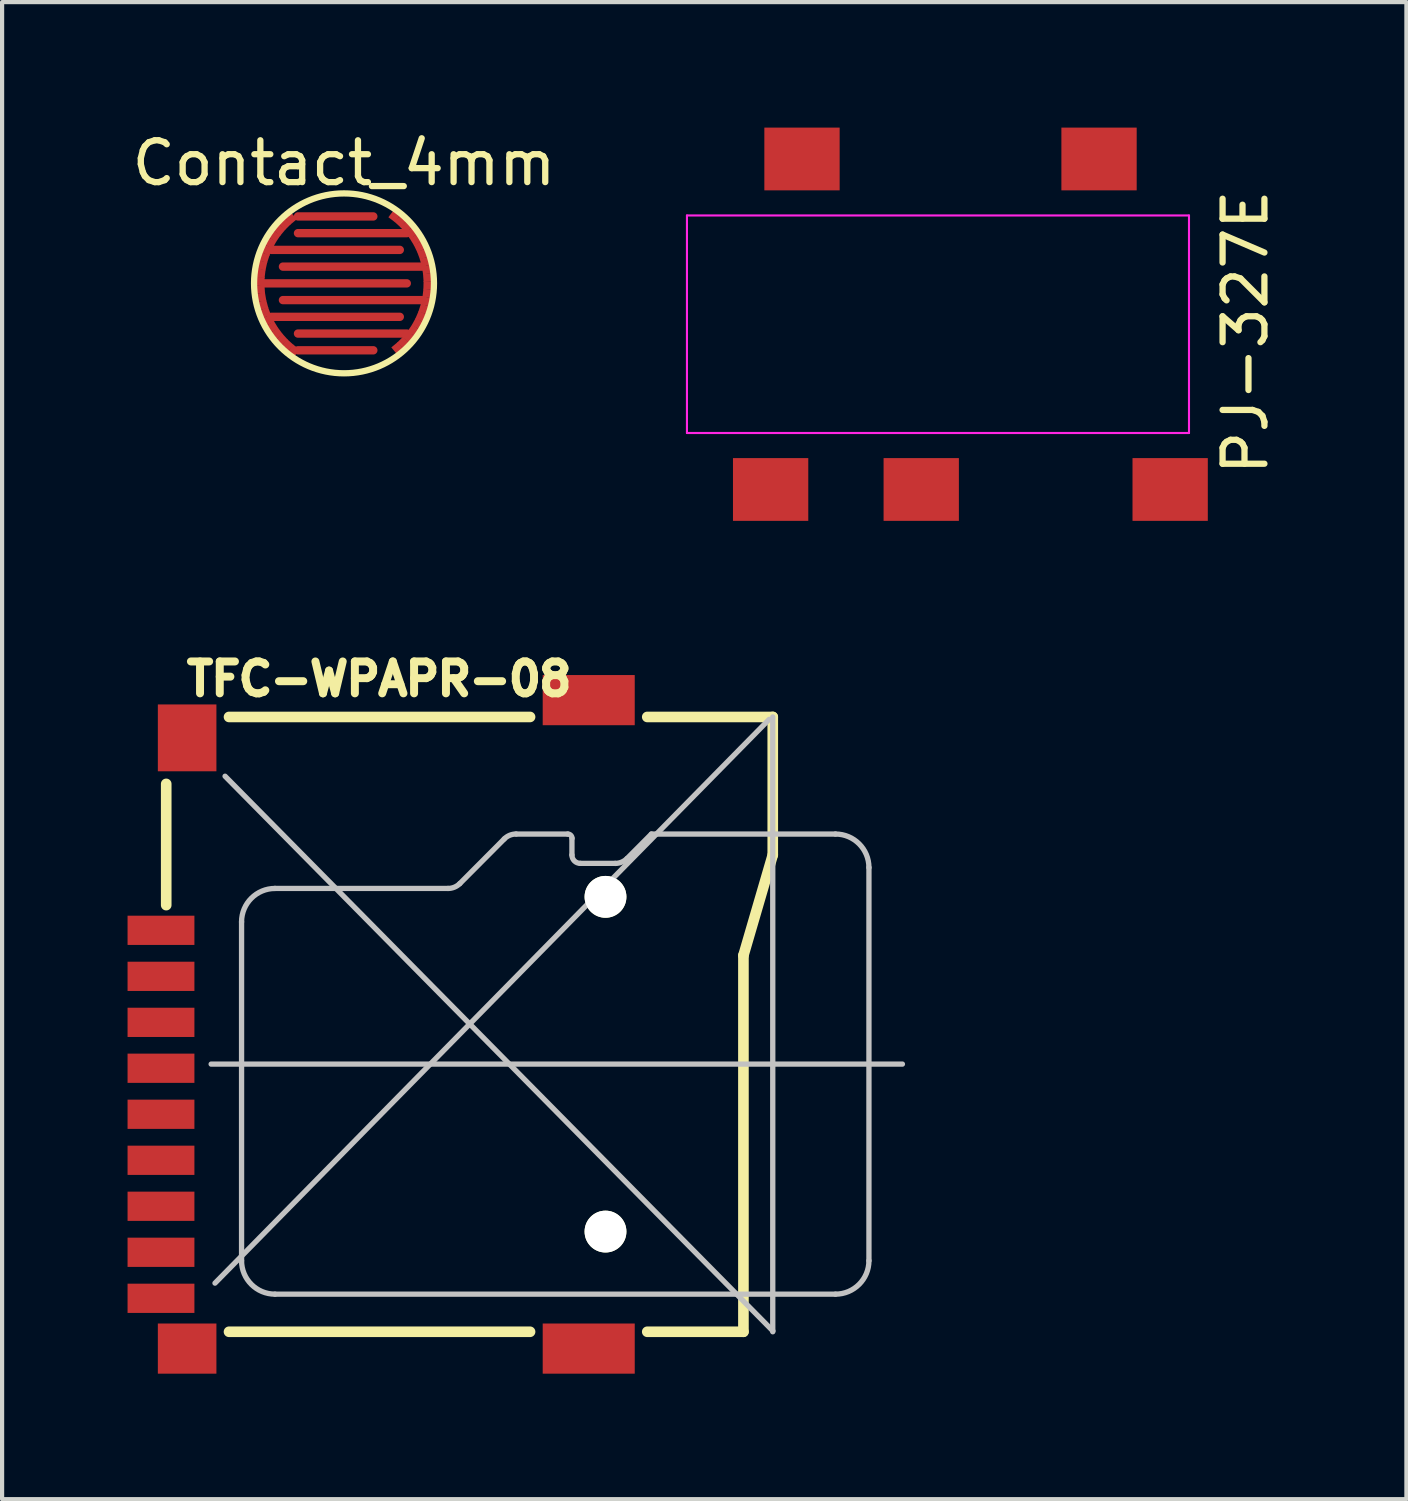
<source format=kicad_pcb>
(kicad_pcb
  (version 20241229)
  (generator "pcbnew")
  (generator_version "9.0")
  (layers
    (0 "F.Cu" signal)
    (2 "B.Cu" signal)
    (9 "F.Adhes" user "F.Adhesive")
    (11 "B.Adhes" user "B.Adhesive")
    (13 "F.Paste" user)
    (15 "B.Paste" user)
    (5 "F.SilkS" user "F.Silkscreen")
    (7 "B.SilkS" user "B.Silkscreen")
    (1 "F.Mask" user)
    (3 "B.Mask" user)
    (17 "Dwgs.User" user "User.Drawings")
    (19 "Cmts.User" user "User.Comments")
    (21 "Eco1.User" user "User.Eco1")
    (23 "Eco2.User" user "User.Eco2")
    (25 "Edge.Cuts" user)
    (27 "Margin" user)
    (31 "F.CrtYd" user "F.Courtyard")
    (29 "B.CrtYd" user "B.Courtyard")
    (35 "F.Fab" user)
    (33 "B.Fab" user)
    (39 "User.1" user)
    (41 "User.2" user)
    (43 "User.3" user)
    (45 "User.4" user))
  (footprint "PJ-327E"
    (layer "F.Cu")
    (at 19.67 4.7)
    (property "Reference" "PJ-327E" (at 7.048 0.191 90) (layer "F.SilkS") (effects (font (size 1 1) (thickness 0.15))))
    (attr smd)
    (fp_line (start -6.3 -2.6) (end 5.7 -2.6) (stroke (width 0.05) (type solid)) (layer "F.CrtYd"))
    (fp_line (start -6.3 2.6) (end -6.3 -2.6) (stroke (width 0.05) (type solid)) (layer "F.CrtYd"))
    (fp_line (start 5.7 -2.6) (end 5.7 2.6) (stroke (width 0.05) (type solid)) (layer "F.CrtYd"))
    (fp_line (start 5.7 2.6) (end -6.3 2.6) (stroke (width 0.05) (type solid)) (layer "F.CrtYd"))
    (pad "G" smd rect (at -4.3 3.95) (size 1.8 1.5) (layers "F.Cu" "F.Mask" "F.Paste"))
    (pad "R" smd rect (at -0.7 3.95) (size 1.8 1.5) (layers "F.Cu" "F.Mask" "F.Paste"))
    (pad "S" smd rect (at -3.55 -3.95) (size 1.8 1.5) (layers "F.Cu" "F.Mask" "F.Paste"))
    (pad "T" smd rect (at 3.55 -3.95) (size 1.8 1.5) (layers "F.Cu" "F.Mask" "F.Paste"))
    (pad "TN" smd rect (at 5.25 3.95) (size 1.8 1.5) (layers "F.Cu" "F.Mask" "F.Paste")))
  (footprint "TFC-WPAPR-08"
    (layer "F.Cu")
    (at 8.172 21.435)
    (property "Reference" "TFC-WPAPR-08" (at -2.159 -8.255 0) (layer "F.SilkS") (effects (font (size 0.762 0.762) (thickness 0.191))))
    (attr smd)
    (fp_line (start -7.249 -2.85) (end -7.249 -5.748) (stroke (width 0.254) (type solid)) (layer "F.SilkS"))
    (fp_line (start -5.748 -7.348) (end 1.448 -7.348) (stroke (width 0.254) (type solid)) (layer "F.SilkS"))
    (fp_line (start -5.748 7.348) (end 1.448 7.348) (stroke (width 0.254) (type solid)) (layer "F.SilkS"))
    (fp_line (start 4.249 -7.348) (end 7.249 -7.348) (stroke (width 0.254) (type solid)) (layer "F.SilkS"))
    (fp_line (start 4.249 7.348) (end 6.548 7.348) (stroke (width 0.254) (type solid)) (layer "F.SilkS"))
    (fp_line (start 6.548 -1.648) (end 6.548 7.348) (stroke (width 0.254) (type solid)) (layer "F.SilkS"))
    (fp_line (start 7.249 -7.348) (end 7.249 -4.049) (stroke (width 0.254) (type solid)) (layer "F.SilkS"))
    (fp_line (start 7.249 -4.049) (end 6.548 -1.648) (stroke (width 0.254) (type solid)) (layer "F.SilkS"))
    (fp_line (start -6.175 0.95) (end 10.348 0.95) (stroke (width 0.127) (type solid)) (layer "Dwgs.User"))
    (fp_line (start -6.083 6.185) (end 7.163 -7.29) (stroke (width 0.127) (type solid)) (layer "Dwgs.User"))
    (fp_line (start -5.842 -5.931) (end 7.252 7.328) (stroke (width 0.127) (type solid)) (layer "Dwgs.User"))
    (fp_line (start -5.448 5.649) (end -5.448 -2.449) (stroke (width 0.127) (type solid)) (layer "Dwgs.User"))
    (fp_line (start -4.648 -3.249) (end -0.516 -3.249) (stroke (width 0.127) (type solid)) (layer "Dwgs.User"))
    (fp_line (start -0.231 -3.365) (end 0.831 -4.432) (stroke (width 0.127) (type solid)) (layer "Dwgs.User"))
    (fp_line (start 1.115 -4.549) (end 2.349 -4.549) (stroke (width 0.127) (type solid)) (layer "Dwgs.User"))
    (fp_line (start 2.449 -4.448) (end 2.449 -4.049) (stroke (width 0.127) (type solid)) (layer "Dwgs.User"))
    (fp_line (start 2.649 -3.848) (end 3.482 -3.848) (stroke (width 0.127) (type solid)) (layer "Dwgs.User"))
    (fp_line (start 3.767 -3.965) (end 4.348 -4.549) (stroke (width 0.127) (type solid)) (layer "Dwgs.User"))
    (fp_line (start 4.348 -4.549) (end 8.748 -4.549) (stroke (width 0.127) (type solid)) (layer "Dwgs.User"))
    (fp_line (start 7.249 -7.348) (end 7.249 7.348) (stroke (width 0.127) (type solid)) (layer "Dwgs.User"))
    (fp_line (start 8.748 6.449) (end -4.648 6.449) (stroke (width 0.127) (type solid)) (layer "Dwgs.User"))
    (fp_line (start 9.548 -3.749) (end 9.548 5.649) (stroke (width 0.127) (type solid)) (layer "Dwgs.User"))
    (fp_arc (start -5.4483 -2.44856) (mid -5.213956 -3.014316) (end -4.6482 -3.24866) (stroke (width 0.127) (type solid)) (layer "Dwgs.User"))
    (fp_arc (start -4.6482 6.44906) (mid -5.213956 6.214716) (end -5.4483 5.64896) (stroke (width 0.127) (type solid)) (layer "Dwgs.User"))
    (fp_arc (start -0.23114 -3.3655) (mid -0.360495 -3.279068) (end -0.51308 -3.248717) (stroke (width 0.127) (type solid)) (layer "Dwgs.User"))
    (fp_arc (start 0.83058 -4.4323) (mid 0.960776 -4.519377) (end 1.114358 -4.550135) (stroke (width 0.127) (type solid)) (layer "Dwgs.User"))
    (fp_arc (start 2.3495 -4.54914) (mid 2.421342 -4.519382) (end 2.4511 -4.44754) (stroke (width 0.127) (type solid)) (layer "Dwgs.User"))
    (fp_arc (start 2.64922 -3.8481) (mid 2.507332 -3.906872) (end 2.44856 -4.04876) (stroke (width 0.127) (type solid)) (layer "Dwgs.User"))
    (fp_arc (start 3.76682 -3.96494) (mid 3.636299 -3.877729) (end 3.48234 -3.847105) (stroke (width 0.127) (type solid)) (layer "Dwgs.User"))
    (fp_arc (start 8.74776 -4.54914) (mid 9.313516 -4.314796) (end 9.54786 -3.74904) (stroke (width 0.127) (type solid)) (layer "Dwgs.User"))
    (fp_arc (start 9.54786 5.64896) (mid 9.313516 6.214716) (end 8.74776 6.44906) (stroke (width 0.127) (type solid)) (layer "Dwgs.User"))
    (pad "" np_thru_hole circle (at 3.251 -3.048) (size 1 1) (drill 1) (layers "*.Cu" "*.Mask" "F.SilkS"))
    (pad "" np_thru_hole circle (at 3.251 4.953) (size 1 1) (drill 1) (layers "*.Cu" "*.Mask" "F.SilkS"))
    (pad "1" smd rect (at -7.374 -2.248 270) (size 0.699 1.598) (layers "F.Cu" "F.Mask" "F.Paste"))
    (pad "2" smd rect (at -7.374 -1.148 270) (size 0.699 1.598) (layers "F.Cu" "F.Mask" "F.Paste"))
    (pad "3" smd rect (at -7.374 -0.048 270) (size 0.699 1.598) (layers "F.Cu" "F.Mask" "F.Paste"))
    (pad "4" smd rect (at -7.374 1.049 270) (size 0.699 1.598) (layers "F.Cu" "F.Mask" "F.Paste"))
    (pad "5" smd rect (at -7.374 2.149 270) (size 0.699 1.598) (layers "F.Cu" "F.Mask" "F.Paste"))
    (pad "6" smd rect (at -7.374 3.249 270) (size 0.699 1.598) (layers "F.Cu" "F.Mask" "F.Paste"))
    (pad "7" smd rect (at -7.374 4.348 270) (size 0.699 1.598) (layers "F.Cu" "F.Mask" "F.Paste"))
    (pad "8" smd rect (at -7.374 5.448 270) (size 0.699 1.598) (layers "F.Cu" "F.Mask" "F.Paste"))
    (pad "9" smd rect (at -7.374 6.548 270) (size 0.699 1.598) (layers "F.Cu" "F.Mask" "F.Paste"))
    (pad "10" smd rect (at -6.749 7.75 270) (size 1.199 1.4) (layers "F.Cu" "F.Mask" "F.Paste"))
    (pad "11" smd rect (at -6.749 -6.848 270) (size 1.598 1.4) (layers "F.Cu" "F.Mask" "F.Paste"))
    (pad "12" smd rect (at 2.85 7.75 270) (size 1.199 2.2) (layers "F.Cu" "F.Mask" "F.Paste"))
    (pad "13" smd rect (at 2.85 -7.75 270) (size 1.199 2.2) (layers "F.Cu" "F.Mask" "F.Paste")))
  (footprint "Contact_4mm"
    (layer "F.Cu")
    (at 5.173 3.723)
    (property "Reference" "Contact_4mm" (at 0 -2.875 0) (layer "F.SilkS") (effects (font (size 1 1) (thickness 0.15))))
    (attr through_hole)
    (fp_circle (center 0 0) (end 0 2.15) (stroke (width 0.15) (type solid)) (fill no) (layer "F.SilkS"))
    (pad "1" smd rect (at -1.999 -0.05 178.563) (size 0.2 0.2) (layers "F.Cu" "F.Mask"))
    (pad "1" smd rect (at -1.995 0.14 184.019) (size 0.2 0.2) (layers "F.Cu" "F.Mask"))
    (pad "1" smd rect (at -1.986 -0.24 173.106) (size 0.2 0.2) (layers "F.Cu" "F.Mask"))
    (pad "1" smd rect (at -1.973 0.329 189.476) (size 0.2 0.2) (layers "F.Cu" "F.Mask"))
    (pad "1" smd rect (at -1.954 -0.428 167.649) (size 0.2 0.2) (layers "F.Cu" "F.Mask"))
    (pad "1" smd rect (at -1.932 0.515 194.933) (size 0.2 0.2) (layers "F.Cu" "F.Mask"))
    (pad "1" smd rect (at -1.904 -0.612 162.192) (size 0.2 0.2) (layers "F.Cu" "F.Mask"))
    (pad "1" smd rect (at -1.875 0.697 200.39) (size 0.2 0.2) (layers "F.Cu" "F.Mask"))
    (pad "1" smd rect (at -1.837 -0.79 156.736) (size 0.2 0.2) (layers "F.Cu" "F.Mask"))
    (pad "1" smd rect (at -1.8 0.872 205.846) (size 0.2 0.2) (layers "F.Cu" "F.Mask"))
    (pad "1" smd rect (at -1.754 -0.961 151.279) (size 0.2 0.2) (layers "F.Cu" "F.Mask"))
    (pad "1" smd rect (at -1.709 1.039 211.303) (size 0.2 0.2) (layers "F.Cu" "F.Mask"))
    (pad "1" smd rect (at -1.655 -1.124 145.822) (size 0.2 0.2) (layers "F.Cu" "F.Mask"))
    (pad "1" smd rect (at -1.602 1.197 216.76) (size 0.2 0.2) (layers "F.Cu" "F.Mask"))
    (pad "1" smd rect (at -1.54 -1.276 140.366) (size 0.2 0.2) (layers "F.Cu" "F.Mask"))
    (pad "1" smd rect (at -1.481 1.344 222.217) (size 0.2 0.2) (layers "F.Cu" "F.Mask"))
    (pad "1" smd rect (at -1.412 -1.416 134.909) (size 0.2 0.2) (layers "F.Cu" "F.Mask"))
    (pad "1" smd rect (at -1.347 1.479 227.673) (size 0.2 0.2) (layers "F.Cu" "F.Mask"))
    (pad "1" smd rect (at -1.271 -1.544 129.452) (size 0.2 0.2) (layers "F.Cu" "F.Mask"))
    (pad "1" smd rect (at -1.2 1.6 233.13) (size 0.2 0.2) (layers "F.Cu" "F.Mask"))
    (pad "1" smd oval (at -0.2 -1.6) (size 2 0.2) (layers "F.Cu" "F.Mask"))
    (pad "1" smd oval (at -0.2 -0.8) (size 3.266 0.2) (layers "F.Cu" "F.Mask"))
    (pad "1" smd oval (at -0.2 0) (size 3.6 0.2) (layers "F.Cu" "F.Mask"))
    (pad "1" smd oval (at -0.2 0.8) (size 3.266 0.2) (layers "F.Cu" "F.Mask"))
    (pad "1" smd oval (at -0.2 1.6) (size 2 0.2) (layers "F.Cu" "F.Mask"))
    (pad "2" smd oval (at 0.2 -1.2) (size 2.8 0.2) (layers "F.Cu" "F.Mask"))
    (pad "2" smd oval (at 0.2 -0.4) (size 3.519 0.2) (layers "F.Cu" "F.Mask"))
    (pad "2" smd oval (at 0.2 0.4) (size 3.519 0.2) (layers "F.Cu" "F.Mask"))
    (pad "2" smd oval (at 0.2 1.2) (size 2.8 0.2) (layers "F.Cu" "F.Mask"))
    (pad "2" smd rect (at 1.2 -1.6 53.13) (size 0.2 0.2) (layers "F.Cu" "F.Mask"))
    (pad "2" smd rect (at 1.271 1.544 309.452) (size 0.2 0.2) (layers "F.Cu" "F.Mask"))
    (pad "2" smd rect (at 1.347 -1.479 47.673) (size 0.2 0.2) (layers "F.Cu" "F.Mask"))
    (pad "2" smd rect (at 1.412 1.416 314.909) (size 0.2 0.2) (layers "F.Cu" "F.Mask"))
    (pad "2" smd rect (at 1.481 -1.344 42.217) (size 0.2 0.2) (layers "F.Cu" "F.Mask"))
    (pad "2" smd rect (at 1.54 1.276 320.366) (size 0.2 0.2) (layers "F.Cu" "F.Mask"))
    (pad "2" smd rect (at 1.602 -1.197 36.76) (size 0.2 0.2) (layers "F.Cu" "F.Mask"))
    (pad "2" smd rect (at 1.655 1.124 325.822) (size 0.2 0.2) (layers "F.Cu" "F.Mask"))
    (pad "2" smd rect (at 1.709 -1.039 31.303) (size 0.2 0.2) (layers "F.Cu" "F.Mask"))
    (pad "2" smd rect (at 1.754 0.961 331.279) (size 0.2 0.2) (layers "F.Cu" "F.Mask"))
    (pad "2" smd rect (at 1.8 -0.872 25.846) (size 0.2 0.2) (layers "F.Cu" "F.Mask"))
    (pad "2" smd rect (at 1.837 0.79 336.736) (size 0.2 0.2) (layers "F.Cu" "F.Mask"))
    (pad "2" smd rect (at 1.875 -0.697 20.39) (size 0.2 0.2) (layers "F.Cu" "F.Mask"))
    (pad "2" smd rect (at 1.904 0.612 342.192) (size 0.2 0.2) (layers "F.Cu" "F.Mask"))
    (pad "2" smd rect (at 1.932 -0.515 14.933) (size 0.2 0.2) (layers "F.Cu" "F.Mask"))
    (pad "2" smd rect (at 1.954 0.428 347.649) (size 0.2 0.2) (layers "F.Cu" "F.Mask"))
    (pad "2" smd rect (at 1.973 -0.329 9.476) (size 0.2 0.2) (layers "F.Cu" "F.Mask"))
    (pad "2" smd rect (at 1.986 0.24 353.106) (size 0.2 0.2) (layers "F.Cu" "F.Mask"))
    (pad "2" smd rect (at 1.995 -0.14 4.019) (size 0.2 0.2) (layers "F.Cu" "F.Mask"))
    (pad "2" smd rect (at 1.999 0.05 358.563) (size 0.2 0.2) (layers "F.Cu" "F.Mask")))
  (gr_rect
    (start -3 -3)
    (end 30.567 32.784)
    (stroke (width 0.1) (type default))
    (fill no)
    (layer "Edge.Cuts")))
</source>
